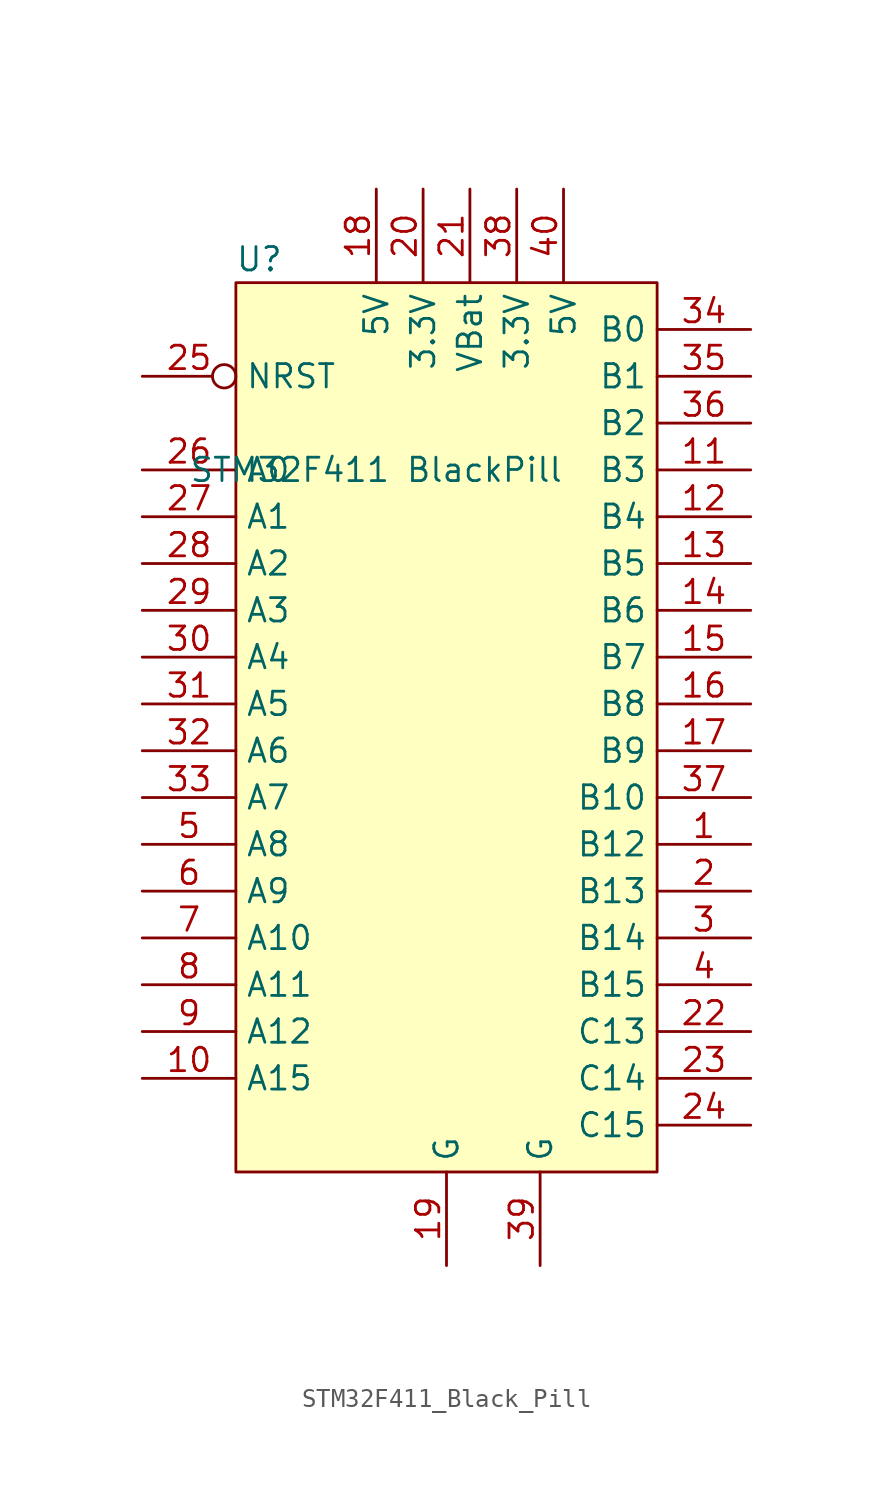
<source format=kicad_sym>
(kicad_symbol_lib
  (version 20220914)
  (generator kicad_symbol_editor)
  (symbol "STM32F411_Black_Pill"
    (property "Reference" "U"
      (at -10.16 25.4 0)
      (effects (font (size 1.27 1.27))))
    (property "Value" "STM32F411 BlackPill"
      (at -3.81 13.97 0)
      (effects (font (size 1.27 1.27))))
    (symbol "STM32F411_Black_Pill_1_1"
      (rectangle (start -11.43 24.13) (end 11.43 -24.13) (stroke (width 0) (type default)) (fill (type background)))
      (pin bidirectional line (at 16.51 -6.35 180) (length 5.08) (name "B12" (effects (font (size 1.27 1.27)))) (number "1" (effects (font (size 1.27 1.27)))))
      (pin bidirectional line (at -16.51 -19.05 0) (length 5.08) (name "A15" (effects (font (size 1.27 1.27)))) (number "10" (effects (font (size 1.27 1.27)))))
      (pin bidirectional line (at 16.51 13.97 180) (length 5.08) (name "B3" (effects (font (size 1.27 1.27)))) (number "11" (effects (font (size 1.27 1.27)))))
      (pin bidirectional line (at 16.51 11.43 180) (length 5.08) (name "B4" (effects (font (size 1.27 1.27)))) (number "12" (effects (font (size 1.27 1.27)))))
      (pin bidirectional line (at 16.51 8.89 180) (length 5.08) (name "B5" (effects (font (size 1.27 1.27)))) (number "13" (effects (font (size 1.27 1.27)))))
      (pin bidirectional line (at 16.51 6.35 180) (length 5.08) (name "B6" (effects (font (size 1.27 1.27)))) (number "14" (effects (font (size 1.27 1.27)))))
      (pin bidirectional line (at 16.51 3.81 180) (length 5.08) (name "B7" (effects (font (size 1.27 1.27)))) (number "15" (effects (font (size 1.27 1.27)))))
      (pin bidirectional line (at 16.51 1.27 180) (length 5.08) (name "B8" (effects (font (size 1.27 1.27)))) (number "16" (effects (font (size 1.27 1.27)))))
      (pin bidirectional line (at 16.51 -1.27 180) (length 5.08) (name "B9" (effects (font (size 1.27 1.27)))) (number "17" (effects (font (size 1.27 1.27)))))
      (pin bidirectional line (at -3.81 29.21 270) (length 5.08) (name "5V" (effects (font (size 1.27 1.27)))) (number "18" (effects (font (size 1.27 1.27)))))
      (pin bidirectional line (at 0 -29.21 90) (length 5.08) (name "G" (effects (font (size 1.27 1.27)))) (number "19" (effects (font (size 1.27 1.27)))))
      (pin bidirectional line (at 16.51 -8.89 180) (length 5.08) (name "B13" (effects (font (size 1.27 1.27)))) (number "2" (effects (font (size 1.27 1.27)))))
      (pin bidirectional line (at -1.27 29.21 270) (length 5.08) (name "3.3V" (effects (font (size 1.27 1.27)))) (number "20" (effects (font (size 1.27 1.27)))))
      (pin bidirectional line (at 1.27 29.21 270) (length 5.08) (name "VBat" (effects (font (size 1.27 1.27)))) (number "21" (effects (font (size 1.27 1.27)))))
      (pin bidirectional line (at 16.51 -16.51 180) (length 5.08) (name "C13" (effects (font (size 1.27 1.27)))) (number "22" (effects (font (size 1.27 1.27)))))
      (pin bidirectional line (at 16.51 -19.05 180) (length 5.08) (name "C14" (effects (font (size 1.27 1.27)))) (number "23" (effects (font (size 1.27 1.27)))))
      (pin bidirectional line (at 16.51 -21.59 180) (length 5.08) (name "C15" (effects (font (size 1.27 1.27)))) (number "24" (effects (font (size 1.27 1.27)))))
      (pin bidirectional inverted (at -16.51 19.05 0) (length 5.08) (name "NRST" (effects (font (size 1.27 1.27)))) (number "25" (effects (font (size 1.27 1.27)))))
      (pin bidirectional line (at -16.51 13.97 0) (length 5.08) (name "A0" (effects (font (size 1.27 1.27)))) (number "26" (effects (font (size 1.27 1.27)))))
      (pin bidirectional line (at -16.51 11.43 0) (length 5.08) (name "A1" (effects (font (size 1.27 1.27)))) (number "27" (effects (font (size 1.27 1.27)))))
      (pin bidirectional line (at -16.51 8.89 0) (length 5.08) (name "A2" (effects (font (size 1.27 1.27)))) (number "28" (effects (font (size 1.27 1.27)))))
      (pin bidirectional line (at -16.51 6.35 0) (length 5.08) (name "A3" (effects (font (size 1.27 1.27)))) (number "29" (effects (font (size 1.27 1.27)))))
      (pin bidirectional line (at 16.51 -11.43 180) (length 5.08) (name "B14" (effects (font (size 1.27 1.27)))) (number "3" (effects (font (size 1.27 1.27)))))
      (pin bidirectional line (at -16.51 3.81 0) (length 5.08) (name "A4" (effects (font (size 1.27 1.27)))) (number "30" (effects (font (size 1.27 1.27)))))
      (pin bidirectional line (at -16.51 1.27 0) (length 5.08) (name "A5" (effects (font (size 1.27 1.27)))) (number "31" (effects (font (size 1.27 1.27)))))
      (pin bidirectional line (at -16.51 -1.27 0) (length 5.08) (name "A6" (effects (font (size 1.27 1.27)))) (number "32" (effects (font (size 1.27 1.27)))))
      (pin bidirectional line (at -16.51 -3.81 0) (length 5.08) (name "A7" (effects (font (size 1.27 1.27)))) (number "33" (effects (font (size 1.27 1.27)))))
      (pin bidirectional line (at 16.51 21.59 180) (length 5.08) (name "B0" (effects (font (size 1.27 1.27)))) (number "34" (effects (font (size 1.27 1.27)))))
      (pin bidirectional line (at 16.51 19.05 180) (length 5.08) (name "B1" (effects (font (size 1.27 1.27)))) (number "35" (effects (font (size 1.27 1.27)))))
      (pin bidirectional line (at 16.51 16.51 180) (length 5.08) (name "B2" (effects (font (size 1.27 1.27)))) (number "36" (effects (font (size 1.27 1.27)))))
      (pin bidirectional line (at 16.51 -3.81 180) (length 5.08) (name "B10" (effects (font (size 1.27 1.27)))) (number "37" (effects (font (size 1.27 1.27)))))
      (pin bidirectional line (at 3.81 29.21 270) (length 5.08) (name "3.3V" (effects (font (size 1.27 1.27)))) (number "38" (effects (font (size 1.27 1.27)))))
      (pin bidirectional line (at 5.08 -29.21 90) (length 5.08) (name "G" (effects (font (size 1.27 1.27)))) (number "39" (effects (font (size 1.27 1.27)))))
      (pin bidirectional line (at 16.51 -13.97 180) (length 5.08) (name "B15" (effects (font (size 1.27 1.27)))) (number "4" (effects (font (size 1.27 1.27)))))
      (pin bidirectional line (at 6.35 29.21 270) (length 5.08) (name "5V" (effects (font (size 1.27 1.27)))) (number "40" (effects (font (size 1.27 1.27)))))
      (pin bidirectional line (at -16.51 -6.35 0) (length 5.08) (name "A8" (effects (font (size 1.27 1.27)))) (number "5" (effects (font (size 1.27 1.27)))))
      (pin bidirectional line (at -16.51 -8.89 0) (length 5.08) (name "A9" (effects (font (size 1.27 1.27)))) (number "6" (effects (font (size 1.27 1.27)))))
      (pin bidirectional line (at -16.51 -11.43 0) (length 5.08) (name "A10" (effects (font (size 1.27 1.27)))) (number "7" (effects (font (size 1.27 1.27)))))
      (pin bidirectional line (at -16.51 -13.97 0) (length 5.08) (name "A11" (effects (font (size 1.27 1.27)))) (number "8" (effects (font (size 1.27 1.27)))))
      (pin bidirectional line (at -16.51 -16.51 0) (length 5.08) (name "A12" (effects (font (size 1.27 1.27)))) (number "9" (effects (font (size 1.27 1.27))))))))
</source>
